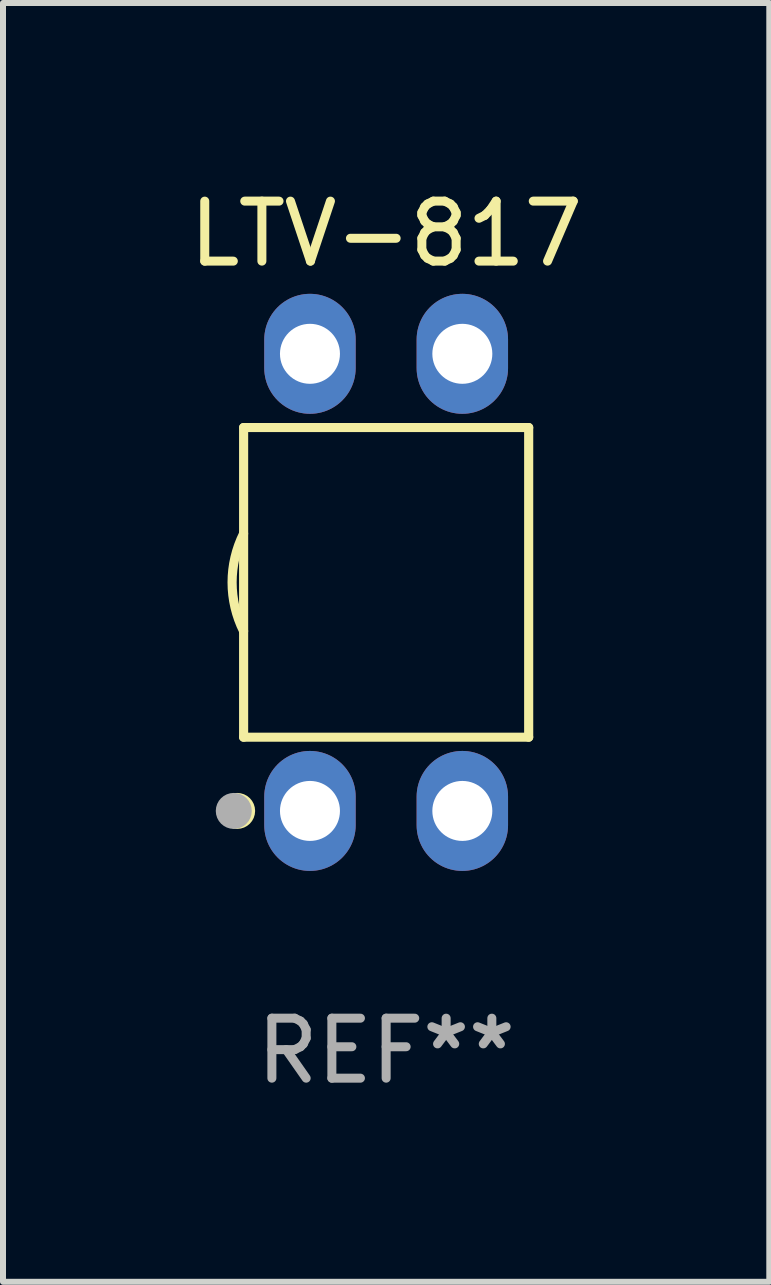
<source format=kicad_pcb>
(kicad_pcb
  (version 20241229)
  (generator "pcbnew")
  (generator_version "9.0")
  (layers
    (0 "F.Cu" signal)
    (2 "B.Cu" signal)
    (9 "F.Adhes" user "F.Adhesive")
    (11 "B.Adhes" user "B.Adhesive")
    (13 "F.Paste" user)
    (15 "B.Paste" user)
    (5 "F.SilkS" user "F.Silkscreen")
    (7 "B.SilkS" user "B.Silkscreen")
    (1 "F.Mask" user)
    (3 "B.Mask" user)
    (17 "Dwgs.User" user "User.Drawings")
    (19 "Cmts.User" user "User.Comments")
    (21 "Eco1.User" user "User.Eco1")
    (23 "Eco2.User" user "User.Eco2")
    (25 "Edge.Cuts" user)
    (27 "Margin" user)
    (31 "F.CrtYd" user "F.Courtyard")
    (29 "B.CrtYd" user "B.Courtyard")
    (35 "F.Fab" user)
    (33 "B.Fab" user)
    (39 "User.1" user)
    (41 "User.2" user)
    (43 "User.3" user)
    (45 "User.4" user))
  (footprint "LTV-817"
    (layer "F.Cu")
    (at 3.387 6.658)
    (property "Reference" "LTV-817" (at 0 -5.81 0) (layer "F.SilkS") (effects (font (size 1 1) (thickness 0.15))))
    (attr through_hole)
    (fp_line (start -2.376 -2.581) (end 2.376 -2.581) (stroke (width 0.152) (type solid)) (layer "F.SilkS"))
    (fp_line (start -2.376 2.581) (end -2.376 -2.581) (stroke (width 0.152) (type solid)) (layer "F.SilkS"))
    (fp_line (start 2.376 -2.581) (end 2.376 2.581) (stroke (width 0.152) (type solid)) (layer "F.SilkS"))
    (fp_line (start 2.376 2.581) (end -2.376 2.581) (stroke (width 0.152) (type solid)) (layer "F.SilkS"))
    (fp_arc (start -2.3762 0.812496) (mid -2.568004 0) (end -2.3762 -0.812497) (stroke (width 0.1524) (type solid)) (layer "F.SilkS"))
    (fp_circle (center -2.484 3.81) (end -2.334 3.81) (stroke (width 0.3) (type solid)) (fill no) (layer "F.SilkS"))
    (fp_circle (center -2.3 3.935) (end -2.27 3.935) (stroke (width 0.06) (type solid)) (fill no) (layer "F.SilkS"))
    (fp_circle (center -2.54 3.81) (end -2.39 3.81) (stroke (width 0.3) (type solid)) (fill no) (layer "F.Fab"))
    (fp_text user "REF**" (at 0 7.81 0) (layer "F.Fab") (effects (font (size 1 1) (thickness 0.15))))
    (pad "1" thru_hole oval (at -1.27 3.81) (size 1.524 2) (drill 1) (layers "*.Cu" "*.Mask"))
    (pad "2" thru_hole oval (at 1.27 3.81) (size 1.524 2) (drill 1) (layers "*.Cu" "*.Mask"))
    (pad "3" thru_hole oval (at 1.27 -3.81) (size 1.524 2) (drill 1) (layers "*.Cu" "*.Mask"))
    (pad "4" thru_hole oval (at -1.27 -3.81) (size 1.524 2) (drill 1) (layers "*.Cu" "*.Mask")))
  (gr_rect
    (start -3 -3)
    (end 9.774 18.317)
    (stroke (width 0.1) (type default))
    (fill no)
    (layer "Edge.Cuts")))
</source>
